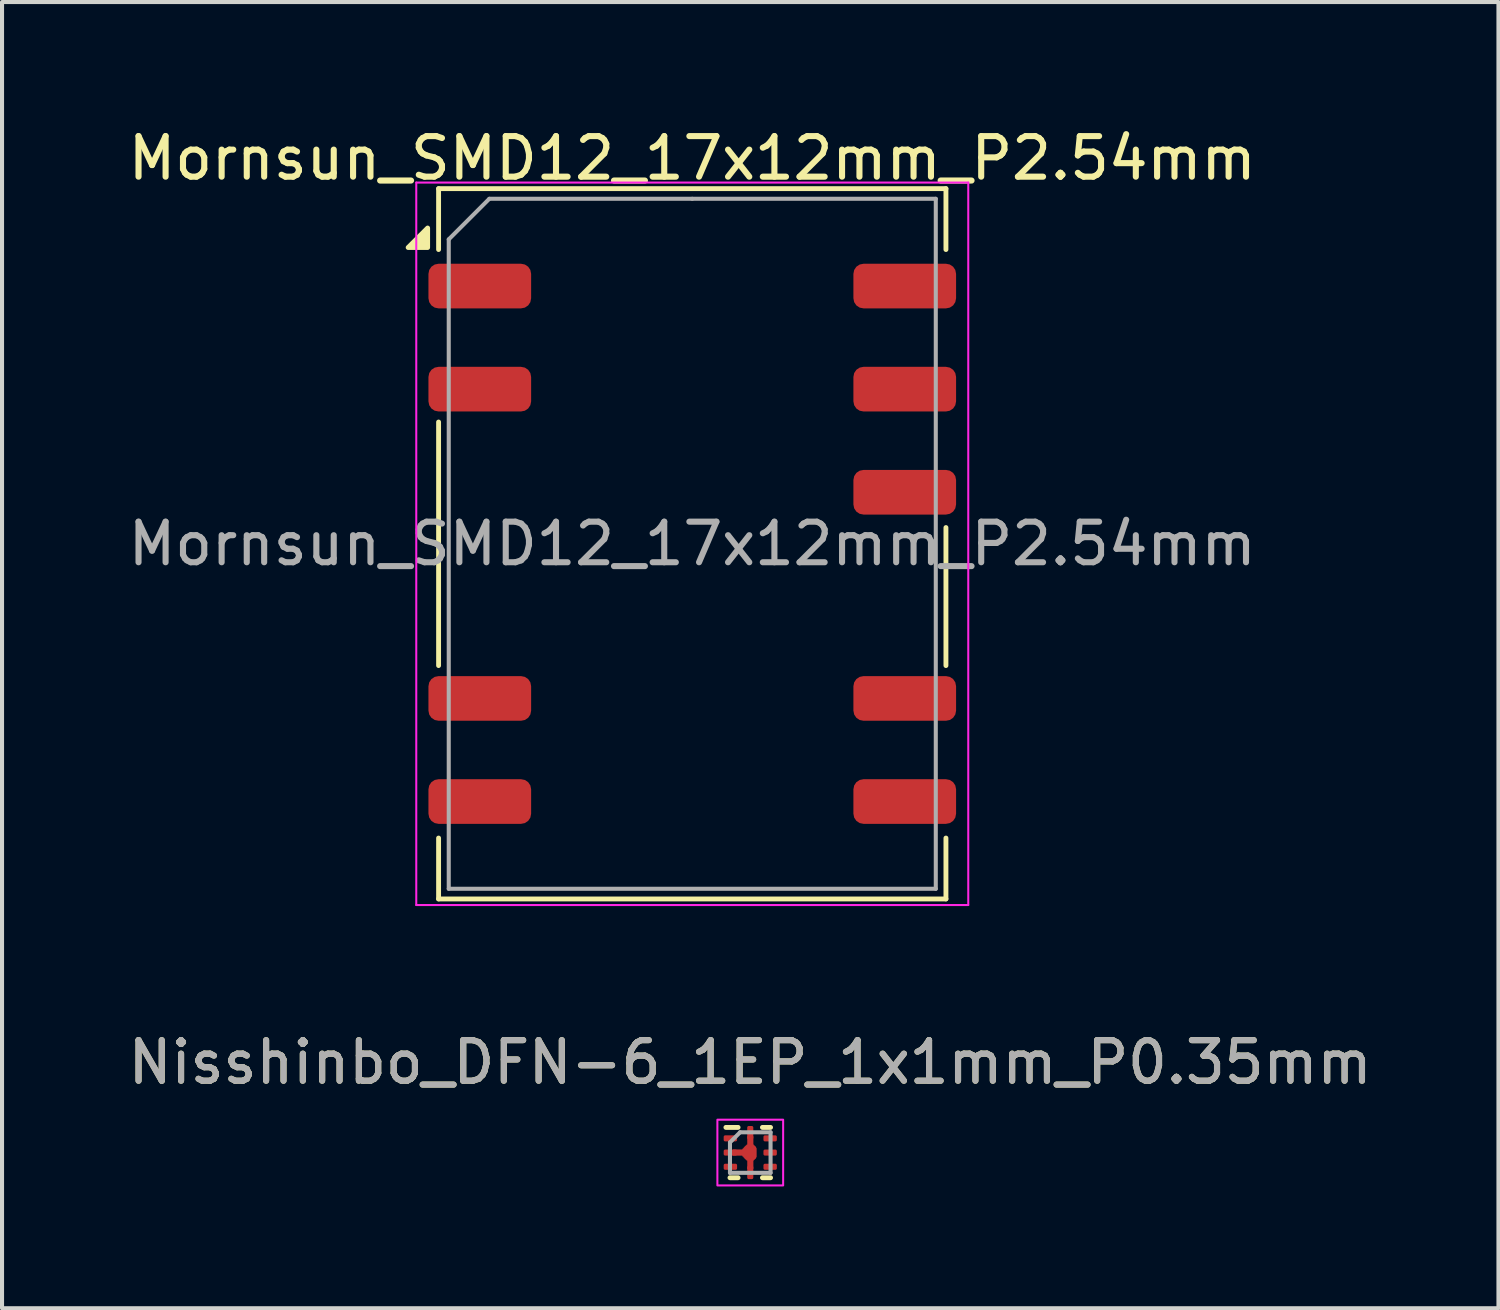
<source format=kicad_pcb>
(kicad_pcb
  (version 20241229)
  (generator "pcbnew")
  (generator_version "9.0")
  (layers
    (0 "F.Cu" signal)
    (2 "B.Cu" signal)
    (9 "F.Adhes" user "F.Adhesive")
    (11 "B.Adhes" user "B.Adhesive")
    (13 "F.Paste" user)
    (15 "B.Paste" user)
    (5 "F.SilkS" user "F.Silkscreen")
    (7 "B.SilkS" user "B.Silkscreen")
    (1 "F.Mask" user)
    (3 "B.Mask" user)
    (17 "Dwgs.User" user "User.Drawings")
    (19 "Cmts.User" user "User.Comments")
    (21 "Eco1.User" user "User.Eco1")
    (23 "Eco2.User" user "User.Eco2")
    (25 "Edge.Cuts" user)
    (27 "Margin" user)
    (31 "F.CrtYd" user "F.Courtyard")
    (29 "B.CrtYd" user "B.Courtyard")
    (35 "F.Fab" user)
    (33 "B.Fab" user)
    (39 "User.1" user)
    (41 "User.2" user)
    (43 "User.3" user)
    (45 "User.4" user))
  (footprint "Mornsun_SMD12_17x12mm_P2.54mm"
    (layer "F.Cu")
    (at 14.006 10.348)
    (property "Reference" "Mornsun_SMD12_17x12mm_P2.54mm" (at 0 -9.5 0) (unlocked yes) (layer "F.SilkS") (effects (font (size 1 1) (thickness 0.15))))
    (attr smd)
    (fp_line (start -6.25 -8.75) (end 6.25 -8.75) (stroke (width 0.12) (type default)) (layer "F.SilkS"))
    (fp_line (start -6.25 -7.25) (end -6.25 -8.75) (stroke (width 0.12) (type default)) (layer "F.SilkS"))
    (fp_line (start -6.25 -3) (end -6.25 3) (stroke (width 0.12) (type default)) (layer "F.SilkS"))
    (fp_line (start -6.25 7.25) (end -6.25 8.75) (stroke (width 0.12) (type default)) (layer "F.SilkS"))
    (fp_line (start -6.25 8.75) (end 6.25 8.75) (stroke (width 0.12) (type default)) (layer "F.SilkS"))
    (fp_line (start 6.25 -8.75) (end 6.25 -7.25) (stroke (width 0.12) (type default)) (layer "F.SilkS"))
    (fp_line (start 6.25 3) (end 6.25 -0.4) (stroke (width 0.12) (type default)) (layer "F.SilkS"))
    (fp_line (start 6.25 8.75) (end 6.25 7.25) (stroke (width 0.12) (type default)) (layer "F.SilkS"))
    (fp_poly (pts (xy -6.52 -7.3) (xy -7 -7.3) (xy -6.52 -7.78) (xy -6.52 -7.3)) (stroke (width 0.12) (type solid)) (fill yes) (layer "F.SilkS"))
    (fp_line (start -6.8 -8.9) (end 6.8 -8.9) (stroke (width 0.05) (type default)) (layer "F.CrtYd"))
    (fp_line (start -6.8 8.9) (end -6.8 -8.9) (stroke (width 0.05) (type default)) (layer "F.CrtYd"))
    (fp_line (start 6.8 -8.9) (end 6.8 8.9) (stroke (width 0.05) (type default)) (layer "F.CrtYd"))
    (fp_line (start 6.8 8.9) (end -6.8 8.9) (stroke (width 0.05) (type default)) (layer "F.CrtYd"))
    (fp_line (start -6 8.5) (end -6 -7.5) (stroke (width 0.1) (type default)) (layer "F.Fab"))
    (fp_line (start -5 -8.5) (end -6 -7.5) (stroke (width 0.1) (type default)) (layer "F.Fab"))
    (fp_line (start -5 -8.5) (end 0 -8.5) (stroke (width 0.1) (type default)) (layer "F.Fab"))
    (fp_line (start 0 -8.5) (end 6 -8.5) (stroke (width 0.1) (type default)) (layer "F.Fab"))
    (fp_line (start 6 -8.5) (end 6 8.5) (stroke (width 0.1) (type default)) (layer "F.Fab"))
    (fp_line (start 6 8.5) (end -6 8.5) (stroke (width 0.1) (type default)) (layer "F.Fab"))
    (fp_text user "${REFERENCE}" (at 0 0 0) (layer "F.Fab") (effects (font (size 1 1) (thickness 0.15))))
    (pad "1" smd roundrect (at -5.235 -6.35 270) (size 1.1 2.53) (layers "F.Cu" "F.Mask" "F.Paste") (roundrect_rratio 0.227))
    (pad "2" smd roundrect (at -5.235 -3.81 270) (size 1.1 2.53) (layers "F.Cu" "F.Mask" "F.Paste") (roundrect_rratio 0.227))
    (pad "5" smd roundrect (at -5.235 3.81 270) (size 1.1 2.53) (layers "F.Cu" "F.Mask" "F.Paste") (roundrect_rratio 0.227))
    (pad "6" smd roundrect (at -5.235 6.35 270) (size 1.1 2.53) (layers "F.Cu" "F.Mask" "F.Paste") (roundrect_rratio 0.227))
    (pad "7" smd roundrect (at 5.235 6.35 270) (size 1.1 2.53) (layers "F.Cu" "F.Mask" "F.Paste") (roundrect_rratio 0.227))
    (pad "8" smd roundrect (at 5.235 3.81 270) (size 1.1 2.53) (layers "F.Cu" "F.Mask" "F.Paste") (roundrect_rratio 0.227))
    (pad "10" smd roundrect (at 5.235 -1.27 270) (size 1.1 2.53) (layers "F.Cu" "F.Mask" "F.Paste") (roundrect_rratio 0.227))
    (pad "11" smd roundrect (at 5.235 -3.81 270) (size 1.1 2.53) (layers "F.Cu" "F.Mask" "F.Paste") (roundrect_rratio 0.227))
    (pad "12" smd roundrect (at 5.235 -6.35 270) (size 1.1 2.53) (layers "F.Cu" "F.Mask" "F.Paste") (roundrect_rratio 0.227)))
  (footprint "Nisshinbo_DFN-6_1EP_1x1mm_P0.35mm"
    (layer "F.Cu")
    (at 15.435 25.347)
    (property "Reference" "Nisshinbo_DFN-6_1EP_1x1mm_P0.35mm" (at 0 -2.225 0) (unlocked yes) (layer "F.SilkS") (effects (font (size 1 1) (thickness 0.15))))
    (attr smd)
    (fp_poly (pts (xy 0.07 -0.205) (xy 0.145 -0.105) (xy 0.145 0.11) (xy 0.07 0.205) (xy 0.07 0.4) (xy -0.07 0.4) (xy -0.07 0.205) (xy -0.205 0.07) (xy -0.425 0.07) (xy -0.425 -0.07) (xy -0.205 -0.07) (xy -0.07 -0.205) (xy -0.07 -0.4) (xy 0.07 -0.4)) (stroke (width 0.01) (type solid)) (fill yes) (layer "F.Cu"))
    (fp_line (start -0.3 -0.62) (end -0.6 -0.62) (stroke (width 0.12) (type solid)) (layer "F.SilkS"))
    (fp_line (start -0.3 0.62) (end -0.5 0.62) (stroke (width 0.12) (type solid)) (layer "F.SilkS"))
    (fp_line (start 0.3 -0.62) (end 0.5 -0.62) (stroke (width 0.12) (type solid)) (layer "F.SilkS"))
    (fp_line (start 0.5 0.62) (end 0.3 0.62) (stroke (width 0.12) (type solid)) (layer "F.SilkS"))
    (fp_rect (start -0.81 -0.81) (end 0.81 0.81) (stroke (width 0.05) (type solid)) (fill no) (layer "F.CrtYd"))
    (fp_line (start -0.5 -0.25) (end -0.25 -0.5) (stroke (width 0.1) (type solid)) (layer "F.Fab"))
    (fp_line (start -0.5 0.5) (end -0.5 -0.25) (stroke (width 0.1) (type solid)) (layer "F.Fab"))
    (fp_line (start -0.25 -0.5) (end 0.5 -0.5) (stroke (width 0.1) (type solid)) (layer "F.Fab"))
    (fp_line (start 0.5 -0.5) (end 0.5 0.5) (stroke (width 0.1) (type solid)) (layer "F.Fab"))
    (fp_line (start 0.5 0.5) (end -0.5 0.5) (stroke (width 0.1) (type solid)) (layer "F.Fab"))
    (fp_text user "${REFERENCE}" (at 0 -2.225 0) (unlocked yes) (layer "F.Fab") (effects (font (size 1 1) (thickness 0.15))))
    (pad "1" smd roundrect (at -0.49 -0.35) (size 0.33 0.15) (layers "F.Cu" "F.Mask" "F.Paste") (roundrect_rratio 0.25))
    (pad "2" smd roundrect (at -0.49 0) (size 0.33 0.15) (layers "F.Cu" "F.Mask" "F.Paste") (roundrect_rratio 0.25))
    (pad "2" smd roundrect (at 0 -0.49 90) (size 0.33 0.15) (layers "F.Cu" "F.Mask" "F.Paste") (roundrect_rratio 0.25))
    (pad "2" smd roundrect (at 0 0) (size 0.3 0.35) (layers "F.Cu" "F.Mask" "F.Paste") (roundrect_rratio 0.25))
    (pad "2" smd roundrect (at 0 0.49 90) (size 0.33 0.15) (layers "F.Cu" "F.Mask" "F.Paste") (roundrect_rratio 0.25))
    (pad "3" smd roundrect (at -0.49 0.35) (size 0.33 0.15) (layers "F.Cu" "F.Mask" "F.Paste") (roundrect_rratio 0.25))
    (pad "4" smd roundrect (at 0.49 0.35) (size 0.33 0.15) (layers "F.Cu" "F.Mask" "F.Paste") (roundrect_rratio 0.25))
    (pad "5" smd roundrect (at 0.49 0) (size 0.33 0.15) (layers "F.Cu" "F.Mask" "F.Paste") (roundrect_rratio 0.25))
    (pad "6" smd roundrect (at 0.49 -0.35) (size 0.33 0.15) (layers "F.Cu" "F.Mask" "F.Paste") (roundrect_rratio 0.25)))
  (gr_rect
    (start -3 -3)
    (end 33.869 29.182)
    (stroke (width 0.1) (type default))
    (fill no)
    (layer "Edge.Cuts")))
</source>
